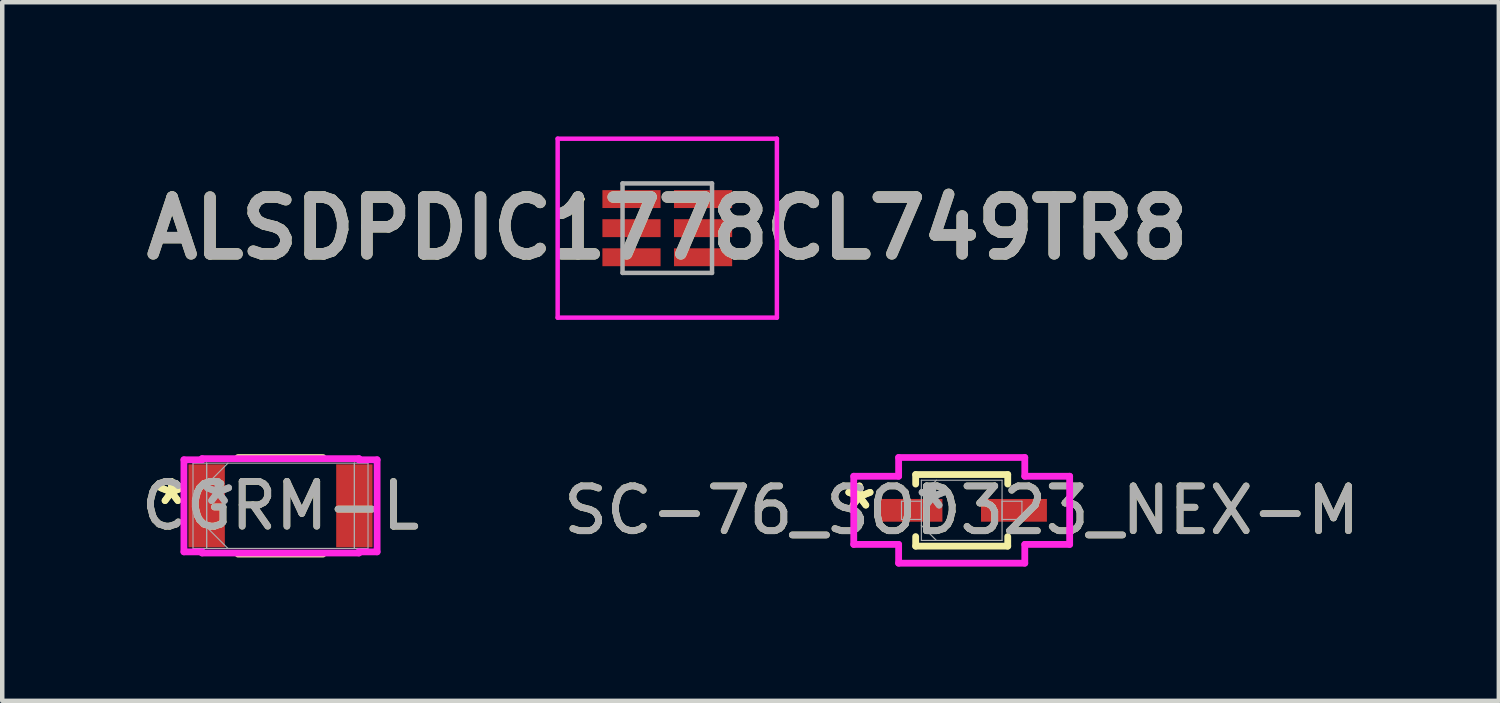
<source format=kicad_pcb>
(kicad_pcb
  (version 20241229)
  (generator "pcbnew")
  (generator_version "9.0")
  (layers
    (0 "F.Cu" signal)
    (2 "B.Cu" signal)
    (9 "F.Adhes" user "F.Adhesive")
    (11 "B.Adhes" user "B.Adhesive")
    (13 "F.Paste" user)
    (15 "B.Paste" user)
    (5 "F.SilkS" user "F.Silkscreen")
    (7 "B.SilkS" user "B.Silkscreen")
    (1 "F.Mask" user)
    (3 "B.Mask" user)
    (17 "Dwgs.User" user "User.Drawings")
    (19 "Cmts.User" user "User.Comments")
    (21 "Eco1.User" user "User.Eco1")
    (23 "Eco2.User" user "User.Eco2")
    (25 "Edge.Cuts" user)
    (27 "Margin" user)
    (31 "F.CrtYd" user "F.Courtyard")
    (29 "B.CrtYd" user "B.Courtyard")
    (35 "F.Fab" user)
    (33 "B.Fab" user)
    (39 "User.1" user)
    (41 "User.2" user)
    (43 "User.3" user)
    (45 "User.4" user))
  (footprint "ALSDPDIC1778CL749TR8"
    (layer "F.Cu")
    (at 11.865 2.05)
    (property "Reference" "ALSDPDIC1778CL749TR8" (at 0 0 0) (layer "F.SilkS") (effects (font (size 1.27 1.27) (thickness 0.254))))
    (attr smd)
    (fp_line (start -2 -0.65) (end -2 -0.65) (stroke (width 0.1) (type solid)) (layer "F.SilkS"))
    (fp_line (start -1.9 -0.65) (end -1.9 -0.65) (stroke (width 0.1) (type solid)) (layer "F.SilkS"))
    (fp_arc (start -2 -0.65) (mid -1.95 -0.7) (end -1.9 -0.65) (stroke (width 0.1) (type solid)) (layer "F.SilkS"))
    (fp_arc (start -1.9 -0.65) (mid -1.95 -0.6) (end -2 -0.65) (stroke (width 0.1) (type solid)) (layer "F.SilkS"))
    (fp_line (start -2.45 -2) (end 2.45 -2) (stroke (width 0.1) (type solid)) (layer "F.CrtYd"))
    (fp_line (start -2.45 2) (end -2.45 -2) (stroke (width 0.1) (type solid)) (layer "F.CrtYd"))
    (fp_line (start 2.45 -2) (end 2.45 2) (stroke (width 0.1) (type solid)) (layer "F.CrtYd"))
    (fp_line (start 2.45 2) (end -2.45 2) (stroke (width 0.1) (type solid)) (layer "F.CrtYd"))
    (fp_line (start -1 -1) (end -1 1) (stroke (width 0.1) (type solid)) (layer "F.Fab"))
    (fp_line (start -1 1) (end 1 1) (stroke (width 0.1) (type solid)) (layer "F.Fab"))
    (fp_line (start 1 -1) (end -1 -1) (stroke (width 0.1) (type solid)) (layer "F.Fab"))
    (fp_line (start 1 1) (end 1 -1) (stroke (width 0.1) (type solid)) (layer "F.Fab"))
    (fp_text user "${REFERENCE}" (at 0 0 0) (layer "F.Fab") (effects (font (size 1.27 1.27) (thickness 0.254))))
    (pad "1" smd rect (at -0.8 -0.65 90) (size 0.4 1.3) (layers "F.Cu" "F.Mask" "F.Paste"))
    (pad "2" smd rect (at -0.8 0 90) (size 0.4 1.3) (layers "F.Cu" "F.Mask" "F.Paste"))
    (pad "3" smd rect (at -0.8 0.65 90) (size 0.4 1.3) (layers "F.Cu" "F.Mask" "F.Paste"))
    (pad "4" smd rect (at 0.8 0.65 90) (size 0.4 1.3) (layers "F.Cu" "F.Mask" "F.Paste"))
    (pad "5" smd rect (at 0.8 0 90) (size 0.4 1.3) (layers "F.Cu" "F.Mask" "F.Paste"))
    (pad "6" smd rect (at 0.8 -0.65 90) (size 0.4 1.3) (layers "F.Cu" "F.Mask" "F.Paste")))
  (footprint "SC-76_SOD323_NEX-M"
    (layer "F.Cu")
    (at 18.446 8.357)
    (property "Reference" "SC-76_SOD323_NEX-M" (at 0 0 0) (unlocked yes) (layer "F.SilkS") (effects (font (size 1 1) (thickness 0.15))))
    (attr smd)
    (fp_line (start -1.029 -0.8) (end -1.029 -0.587) (stroke (width 0.152) (type solid)) (layer "F.SilkS"))
    (fp_line (start -1.029 0.587) (end -1.029 0.8) (stroke (width 0.152) (type solid)) (layer "F.SilkS"))
    (fp_line (start -1.029 0.8) (end 1.029 0.8) (stroke (width 0.152) (type solid)) (layer "F.SilkS"))
    (fp_line (start 1.029 -0.8) (end -1.029 -0.8) (stroke (width 0.152) (type solid)) (layer "F.SilkS"))
    (fp_line (start 1.029 -0.587) (end 1.029 -0.8) (stroke (width 0.152) (type solid)) (layer "F.SilkS"))
    (fp_line (start 1.029 0.8) (end 1.029 0.587) (stroke (width 0.152) (type solid)) (layer "F.SilkS"))
    (fp_line (start -2.413 -0.762) (end -1.41 -0.762) (stroke (width 0.152) (type solid)) (layer "F.CrtYd"))
    (fp_line (start -2.413 0.762) (end -2.413 -0.762) (stroke (width 0.152) (type solid)) (layer "F.CrtYd"))
    (fp_line (start -1.41 -1.181) (end 1.41 -1.181) (stroke (width 0.152) (type solid)) (layer "F.CrtYd"))
    (fp_line (start -1.41 -0.762) (end -1.41 -1.181) (stroke (width 0.152) (type solid)) (layer "F.CrtYd"))
    (fp_line (start -1.41 0.762) (end -2.413 0.762) (stroke (width 0.152) (type solid)) (layer "F.CrtYd"))
    (fp_line (start -1.41 1.181) (end -1.41 0.762) (stroke (width 0.152) (type solid)) (layer "F.CrtYd"))
    (fp_line (start 1.41 -1.181) (end 1.41 -0.762) (stroke (width 0.152) (type solid)) (layer "F.CrtYd"))
    (fp_line (start 1.41 -0.762) (end 2.413 -0.762) (stroke (width 0.152) (type solid)) (layer "F.CrtYd"))
    (fp_line (start 1.41 0.762) (end 1.41 1.181) (stroke (width 0.152) (type solid)) (layer "F.CrtYd"))
    (fp_line (start 1.41 1.181) (end -1.41 1.181) (stroke (width 0.152) (type solid)) (layer "F.CrtYd"))
    (fp_line (start 2.413 -0.762) (end 2.413 0.762) (stroke (width 0.152) (type solid)) (layer "F.CrtYd"))
    (fp_line (start 2.413 0.762) (end 1.41 0.762) (stroke (width 0.152) (type solid)) (layer "F.CrtYd"))
    (fp_line (start -1.346 -0.203) (end -1.346 0.203) (stroke (width 0.025) (type solid)) (layer "F.Fab"))
    (fp_line (start -1.346 0.203) (end -0.902 0.203) (stroke (width 0.025) (type solid)) (layer "F.Fab"))
    (fp_line (start -0.902 -0.673) (end -0.902 0.673) (stroke (width 0.025) (type solid)) (layer "F.Fab"))
    (fp_line (start -0.902 -0.337) (end -0.565 -0.673) (stroke (width 0.025) (type solid)) (layer "F.Fab"))
    (fp_line (start -0.902 -0.203) (end -1.346 -0.203) (stroke (width 0.025) (type solid)) (layer "F.Fab"))
    (fp_line (start -0.902 0.203) (end -0.902 -0.203) (stroke (width 0.025) (type solid)) (layer "F.Fab"))
    (fp_line (start -0.902 0.337) (end -0.565 0.673) (stroke (width 0.025) (type solid)) (layer "F.Fab"))
    (fp_line (start -0.902 0.673) (end 0.902 0.673) (stroke (width 0.025) (type solid)) (layer "F.Fab"))
    (fp_line (start 0.902 -0.673) (end -0.902 -0.673) (stroke (width 0.025) (type solid)) (layer "F.Fab"))
    (fp_line (start 0.902 -0.203) (end 0.902 0.203) (stroke (width 0.025) (type solid)) (layer "F.Fab"))
    (fp_line (start 0.902 0.203) (end 1.346 0.203) (stroke (width 0.025) (type solid)) (layer "F.Fab"))
    (fp_line (start 0.902 0.673) (end 0.902 -0.673) (stroke (width 0.025) (type solid)) (layer "F.Fab"))
    (fp_line (start 1.346 -0.203) (end 0.902 -0.203) (stroke (width 0.025) (type solid)) (layer "F.Fab"))
    (fp_line (start 1.346 0.203) (end 1.346 -0.203) (stroke (width 0.025) (type solid)) (layer "F.Fab"))
    (fp_text user "*" (at -2.286 0 0) (layer "F.SilkS") (effects (font (size 1 1) (thickness 0.15))))
    (fp_text user "*" (at -2.286 0 0) (unlocked yes) (layer "F.SilkS") (effects (font (size 1 1) (thickness 0.15))))
    (fp_text user "*" (at -0.648 0 0) (layer "F.Fab") (effects (font (size 1 1) (thickness 0.15))))
    (fp_text user "*" (at -0.648 0 0) (unlocked yes) (layer "F.Fab") (effects (font (size 1 1) (thickness 0.15))))
    (fp_text user "${REFERENCE}" (at 0 0 0) (unlocked yes) (layer "F.Fab") (effects (font (size 1 1) (thickness 0.15))))
    (pad "1" smd rect (at -1.168 0) (size 1.473 0.508) (layers "F.Cu" "F.Mask" "F.Paste"))
    (pad "2" smd rect (at 1.168 0) (size 1.473 0.508) (layers "F.Cu" "F.Mask" "F.Paste")))
  (footprint "CGRM-L"
    (layer "F.Cu")
    (at 3.22 8.256)
    (property "Reference" "CGRM-L" (at 0 0 0) (unlocked yes) (layer "F.SilkS") (effects (font (size 1 1) (thickness 0.15))))
    (attr smd)
    (fp_line (start -0.949 1.079) (end 0.949 1.079) (stroke (width 0.152) (type solid)) (layer "F.SilkS"))
    (fp_line (start 0.949 -1.079) (end -0.949 -1.079) (stroke (width 0.152) (type solid)) (layer "F.SilkS"))
    (fp_line (start -2.159 -1.029) (end -1.753 -1.029) (stroke (width 0.152) (type solid)) (layer "F.CrtYd"))
    (fp_line (start -2.159 1.029) (end -2.159 -1.029) (stroke (width 0.152) (type solid)) (layer "F.CrtYd"))
    (fp_line (start -1.753 -1.054) (end 1.753 -1.054) (stroke (width 0.152) (type solid)) (layer "F.CrtYd"))
    (fp_line (start -1.753 -1.029) (end -1.753 -1.054) (stroke (width 0.152) (type solid)) (layer "F.CrtYd"))
    (fp_line (start -1.753 1.029) (end -2.159 1.029) (stroke (width 0.152) (type solid)) (layer "F.CrtYd"))
    (fp_line (start -1.753 1.054) (end -1.753 1.029) (stroke (width 0.152) (type solid)) (layer "F.CrtYd"))
    (fp_line (start 1.753 -1.054) (end 1.753 -1.029) (stroke (width 0.152) (type solid)) (layer "F.CrtYd"))
    (fp_line (start 1.753 -1.029) (end 2.159 -1.029) (stroke (width 0.152) (type solid)) (layer "F.CrtYd"))
    (fp_line (start 1.753 1.029) (end 1.753 1.054) (stroke (width 0.152) (type solid)) (layer "F.CrtYd"))
    (fp_line (start 1.753 1.054) (end -1.753 1.054) (stroke (width 0.152) (type solid)) (layer "F.CrtYd"))
    (fp_line (start 2.159 -1.029) (end 2.159 1.029) (stroke (width 0.152) (type solid)) (layer "F.CrtYd"))
    (fp_line (start 2.159 1.029) (end 1.753 1.029) (stroke (width 0.152) (type solid)) (layer "F.CrtYd"))
    (fp_line (start -1.956 -0.953) (end -1.956 0.953) (stroke (width 0.025) (type solid)) (layer "F.Fab"))
    (fp_line (start -1.956 0.953) (end -1.651 0.953) (stroke (width 0.025) (type solid)) (layer "F.Fab"))
    (fp_line (start -1.651 -0.953) (end -1.956 -0.953) (stroke (width 0.025) (type solid)) (layer "F.Fab"))
    (fp_line (start -1.651 -0.953) (end -1.651 0.953) (stroke (width 0.025) (type solid)) (layer "F.Fab"))
    (fp_line (start -1.651 -0.476) (end -1.175 -0.953) (stroke (width 0.025) (type solid)) (layer "F.Fab"))
    (fp_line (start -1.651 0.476) (end -1.175 0.953) (stroke (width 0.025) (type solid)) (layer "F.Fab"))
    (fp_line (start -1.651 0.953) (end -1.651 -0.953) (stroke (width 0.025) (type solid)) (layer "F.Fab"))
    (fp_line (start -1.651 0.953) (end 1.651 0.953) (stroke (width 0.025) (type solid)) (layer "F.Fab"))
    (fp_line (start 1.651 -0.953) (end -1.651 -0.953) (stroke (width 0.025) (type solid)) (layer "F.Fab"))
    (fp_line (start 1.651 -0.953) (end 1.651 0.953) (stroke (width 0.025) (type solid)) (layer "F.Fab"))
    (fp_line (start 1.651 0.953) (end 1.651 -0.953) (stroke (width 0.025) (type solid)) (layer "F.Fab"))
    (fp_line (start 1.651 0.953) (end 1.956 0.953) (stroke (width 0.025) (type solid)) (layer "F.Fab"))
    (fp_line (start 1.956 -0.953) (end 1.651 -0.953) (stroke (width 0.025) (type solid)) (layer "F.Fab"))
    (fp_line (start 1.956 0.953) (end 1.956 -0.953) (stroke (width 0.025) (type solid)) (layer "F.Fab"))
    (fp_text user "*" (at -2.438 0 0) (layer "F.SilkS") (effects (font (size 1 1) (thickness 0.15))))
    (fp_text user "*" (at -2.438 0 0) (unlocked yes) (layer "F.SilkS") (effects (font (size 1 1) (thickness 0.15))))
    (fp_text user "*" (at -1.397 0 0) (unlocked yes) (layer "F.Fab") (effects (font (size 1 1) (thickness 0.15))))
    (fp_text user "*" (at -1.397 0 0) (layer "F.Fab") (effects (font (size 1 1) (thickness 0.15))))
    (fp_text user "${REFERENCE}" (at 0 0 0) (unlocked yes) (layer "F.Fab") (effects (font (size 1 1) (thickness 0.15))))
    (pad "1" smd rect (at -1.651 0) (size 0.813 1.854) (layers "F.Cu" "F.Mask" "F.Paste"))
    (pad "2" smd rect (at 1.651 0) (size 0.813 1.854) (layers "F.Cu" "F.Mask" "F.Paste"))
    (zone (net_name "") (layer "F.Cu") (hatch full 0.508) (connect_pads) (min_thickness 0.254) (filled_areas_thickness no) (keepout (tracks not_allowed) (vias not_allowed) (pads allowed) (copperpour not_allowed) (footprints allowed)) (placement (enabled no)) (fill) (polygon (pts (xy 2.026 7.354) (xy 4.414 7.354) (xy 4.414 9.157) (xy 2.026 9.157)))))
  (gr_rect
    (start -3 -3)
    (end 30.452 12.615)
    (stroke (width 0.1) (type default))
    (fill no)
    (layer "Edge.Cuts")))
</source>
